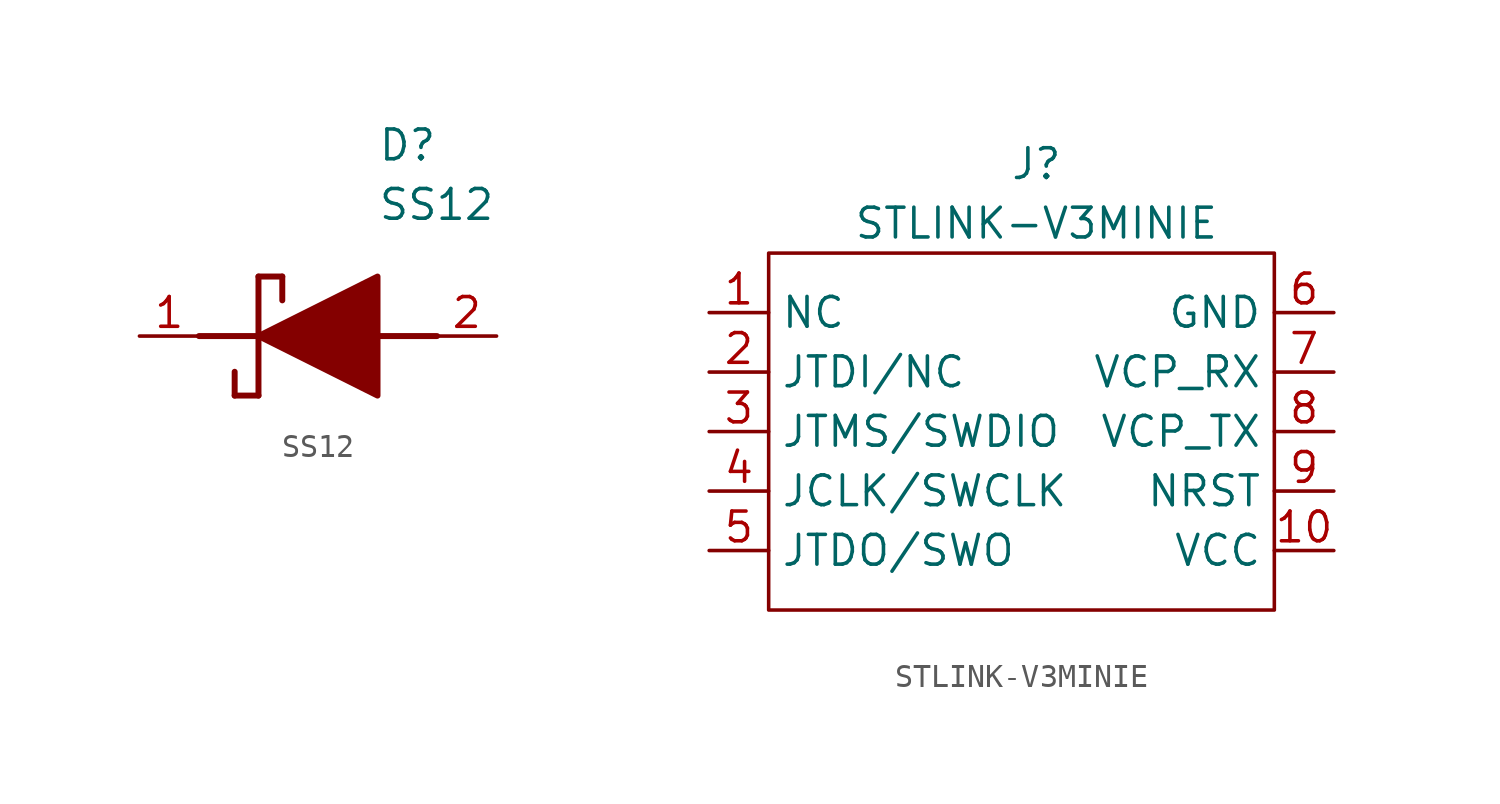
<source format=kicad_sym>
(kicad_symbol_lib
  (version 20231120)
  (generator "kicad_symbol_editor")
  (generator_version "8.0")
  (symbol "SS12"
    (pin_names hide)
    (property "Reference" "D"
      (at 12.7 8.89 0)
      (effects (font (size 1.27 1.27)) (justify left top)))
    (property "Value" "SS12"
      (at 12.7 6.35 0)
      (effects (font (size 1.27 1.27)) (justify left top)))
    (symbol "SS12_1_1"
      (polyline (pts (xy 5.08 0) (xy 7.62 0)) (stroke (width 0.254) (type default)) (fill (type none)))
      (polyline (pts (xy 6.604 -1.524) (xy 6.604 -2.54)) (stroke (width 0.254) (type default)) (fill (type none)))
      (polyline (pts (xy 7.62 -2.54) (xy 6.604 -2.54)) (stroke (width 0.254) (type default)) (fill (type none)))
      (polyline (pts (xy 7.62 2.54) (xy 7.62 -2.54)) (stroke (width 0.254) (type default)) (fill (type none)))
      (polyline (pts (xy 7.62 2.54) (xy 8.636 2.54)) (stroke (width 0.254) (type default)) (fill (type none)))
      (polyline (pts (xy 8.636 1.524) (xy 8.636 2.54)) (stroke (width 0.254) (type default)) (fill (type none)))
      (polyline (pts (xy 12.7 0) (xy 15.24 0)) (stroke (width 0.254) (type default)) (fill (type none)))
      (polyline (pts (xy 7.62 0) (xy 12.7 2.54) (xy 12.7 -2.54) (xy 7.62 0)) (stroke (width 0.254) (type default)) (fill (type outline)))
      (pin passive line (at 2.54 0 0) (length 2.54) (name "K" (effects (font (size 1.27 1.27)))) (number "1" (effects (font (size 1.27 1.27)))))
      (pin passive line (at 17.78 0 180) (length 2.54) (name "A" (effects (font (size 1.27 1.27)))) (number "2" (effects (font (size 1.27 1.27)))))))
  (symbol "STLINK-V3MINIE"
    (property "Reference" "J"
      (at 13.97 3.81 0)
      (effects (font (size 1.27 1.27))))
    (property "Value" "STLINK-V3MINIE"
      (at 13.97 1.27 0)
      (effects (font (size 1.27 1.27))))
    (symbol "STLINK-V3MINIE_0_0"
      (pin unspecified line (at 0 -2.54 0) (length 2.54) (name "NC" (effects (font (size 1.27 1.27)))) (number "1" (effects (font (size 1.27 1.27)))))
      (pin unspecified line (at 26.67 -12.7 180) (length 2.54) (name "VCC" (effects (font (size 1.27 1.27)))) (number "10" (effects (font (size 1.27 1.27)))))
      (pin unspecified line (at 0 -5.08 0) (length 2.54) (name "JTDI/NC" (effects (font (size 1.27 1.27)))) (number "2" (effects (font (size 1.27 1.27)))))
      (pin unspecified line (at 0 -7.62 0) (length 2.54) (name "JTMS/SWDIO" (effects (font (size 1.27 1.27)))) (number "3" (effects (font (size 1.27 1.27)))))
      (pin unspecified line (at 0 -10.16 0) (length 2.54) (name "JCLK/SWCLK" (effects (font (size 1.27 1.27)))) (number "4" (effects (font (size 1.27 1.27)))))
      (pin unspecified line (at 0 -12.7 0) (length 2.54) (name "JTDO/SWO" (effects (font (size 1.27 1.27)))) (number "5" (effects (font (size 1.27 1.27)))))
      (pin unspecified line (at 26.67 -2.54 180) (length 2.54) (name "GND" (effects (font (size 1.27 1.27)))) (number "6" (effects (font (size 1.27 1.27)))))
      (pin unspecified line (at 26.67 -5.08 180) (length 2.54) (name "VCP_RX" (effects (font (size 1.27 1.27)))) (number "7" (effects (font (size 1.27 1.27)))))
      (pin unspecified line (at 26.67 -7.62 180) (length 2.54) (name "VCP_TX" (effects (font (size 1.27 1.27)))) (number "8" (effects (font (size 1.27 1.27)))))
      (pin unspecified line (at 26.67 -10.16 180) (length 2.54) (name "NRST" (effects (font (size 1.27 1.27)))) (number "9" (effects (font (size 1.27 1.27))))))
    (symbol "STLINK-V3MINIE_0_1"
      (rectangle (start 2.54 0) (end 24.13 -15.24) (stroke (width 0) (type default)) (fill (type none))))))
</source>
